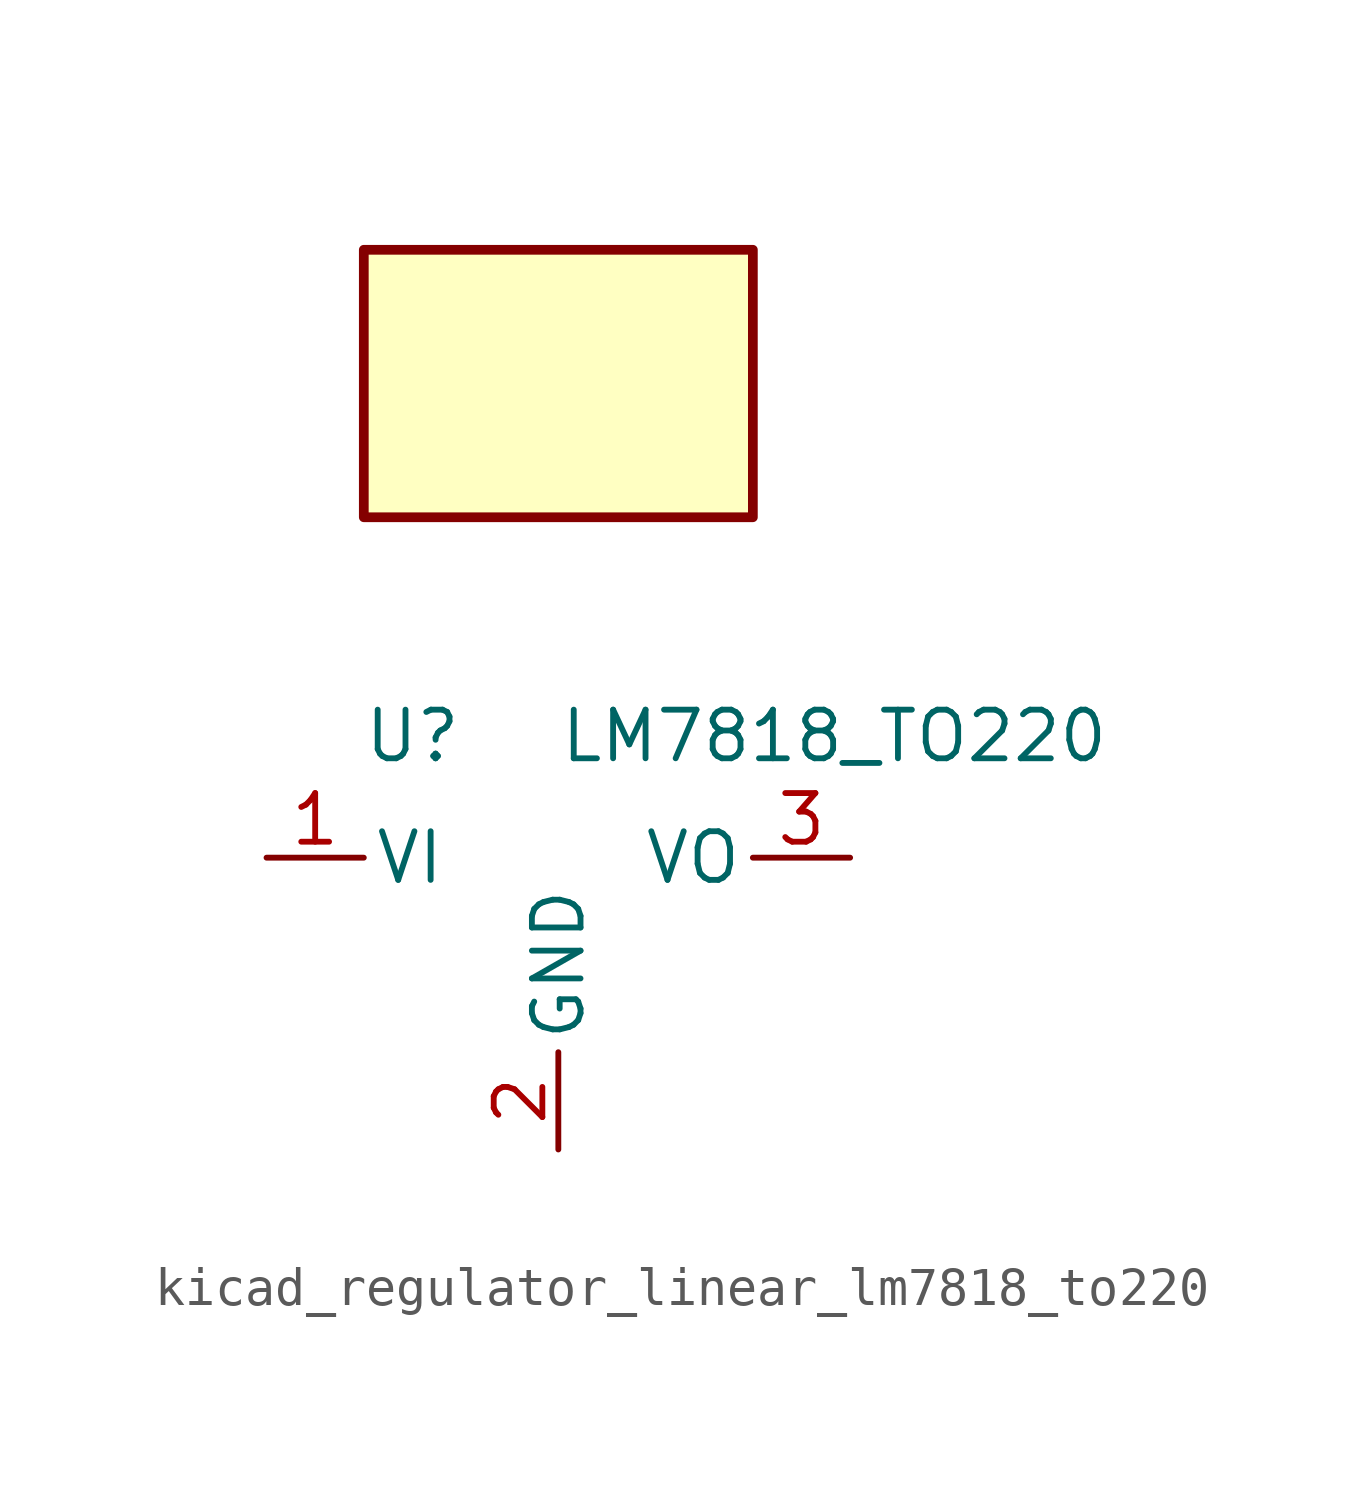
<source format=kicad_sym>
(kicad_symbol_lib
  (version 20220914)
  (generator kicad_symbol_editor)
  (symbol "kicad_regulator_linear_lm7818_to220"
    (pin_names
      (offset 0.254))
    (property "Reference" "U"
      (at -3.81 3.175 0)
      (effects (font (size 1.27 1.27))))
    (property "Value" "LM7818_TO220"
      (at 0 3.175 0)
      (effects (font (size 1.27 1.27)) (justify left)))
    (symbol "kicad_regulator_linear_lm7818_to220_0_1"
      (rectangle (start 5.08 15.875) (end -5.08 8.89) (stroke (width 0.254) (type default)) (fill (type background))))
    (symbol "kicad_regulator_linear_lm7818_to220_1_1"
      (pin power_in line (at -7.62 0 0) (length 2.54) (name "VI" (effects (font (size 1.27 1.27)))) (number "1" (effects (font (size 1.27 1.27)))))
      (pin power_in line (at 0 -7.62 90) (length 2.54) (name "GND" (effects (font (size 1.27 1.27)))) (number "2" (effects (font (size 1.27 1.27)))))
      (pin power_out line (at 7.62 0 180) (length 2.54) (name "VO" (effects (font (size 1.27 1.27)))) (number "3" (effects (font (size 1.27 1.27))))))))
</source>
